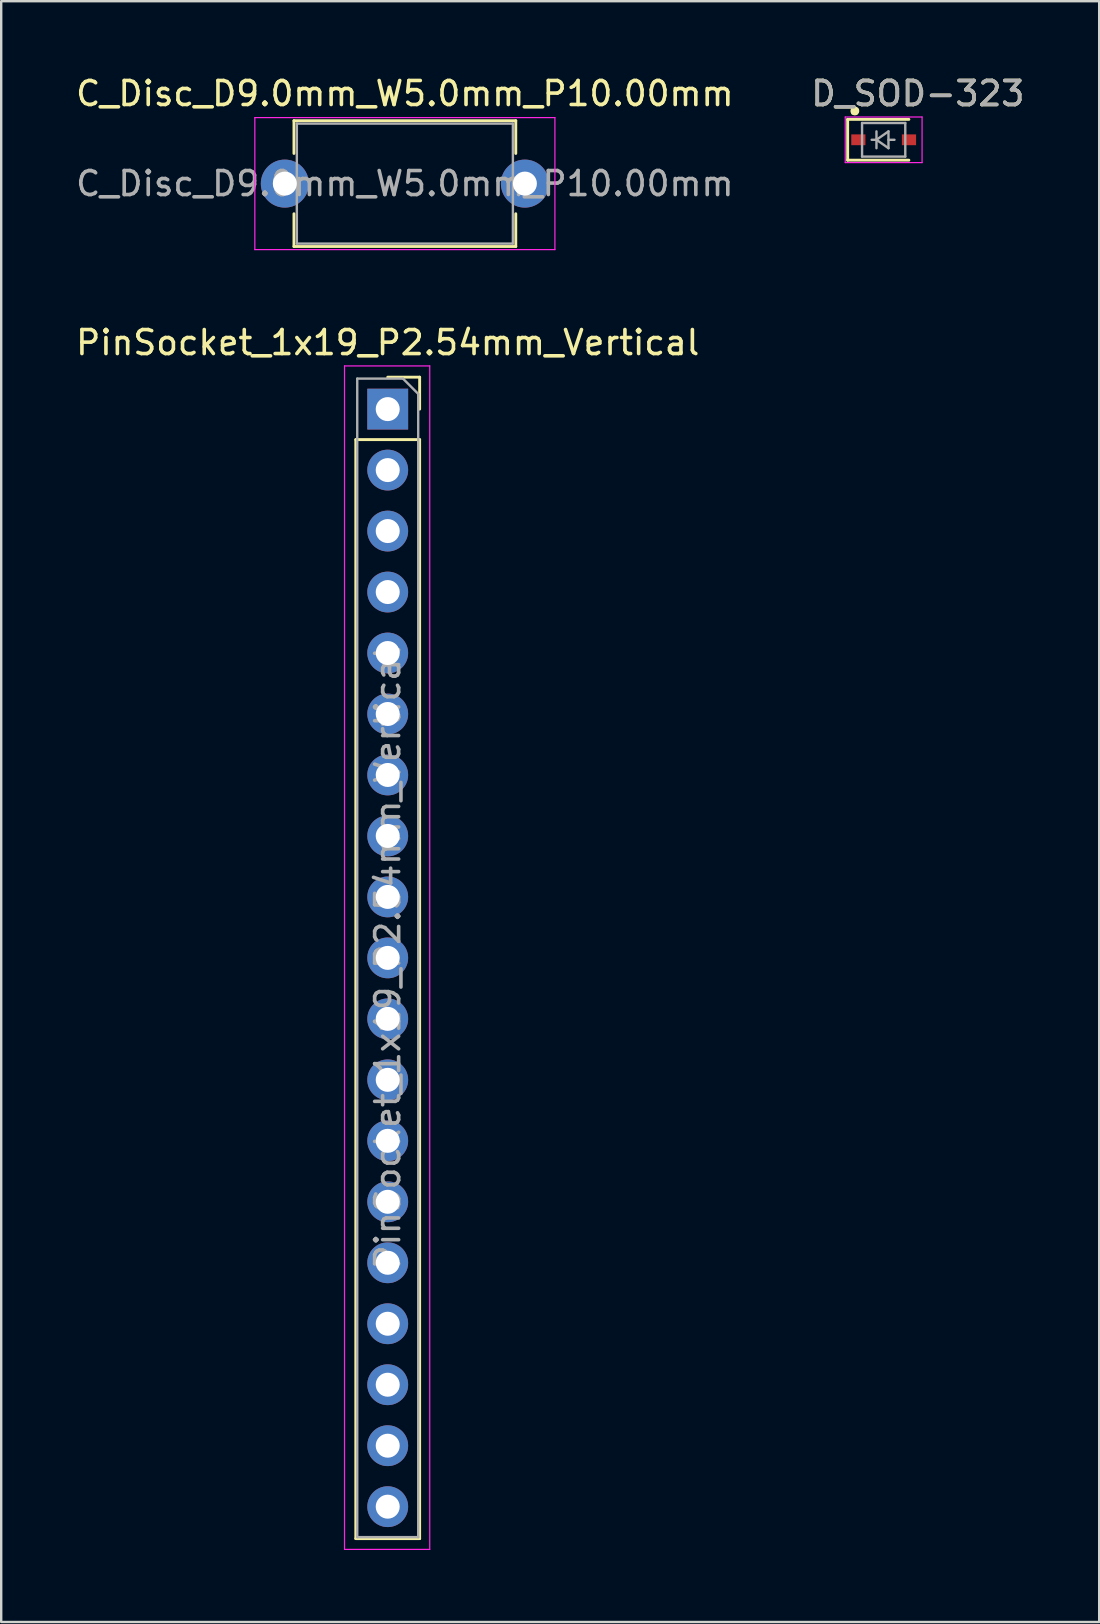
<source format=kicad_pcb>
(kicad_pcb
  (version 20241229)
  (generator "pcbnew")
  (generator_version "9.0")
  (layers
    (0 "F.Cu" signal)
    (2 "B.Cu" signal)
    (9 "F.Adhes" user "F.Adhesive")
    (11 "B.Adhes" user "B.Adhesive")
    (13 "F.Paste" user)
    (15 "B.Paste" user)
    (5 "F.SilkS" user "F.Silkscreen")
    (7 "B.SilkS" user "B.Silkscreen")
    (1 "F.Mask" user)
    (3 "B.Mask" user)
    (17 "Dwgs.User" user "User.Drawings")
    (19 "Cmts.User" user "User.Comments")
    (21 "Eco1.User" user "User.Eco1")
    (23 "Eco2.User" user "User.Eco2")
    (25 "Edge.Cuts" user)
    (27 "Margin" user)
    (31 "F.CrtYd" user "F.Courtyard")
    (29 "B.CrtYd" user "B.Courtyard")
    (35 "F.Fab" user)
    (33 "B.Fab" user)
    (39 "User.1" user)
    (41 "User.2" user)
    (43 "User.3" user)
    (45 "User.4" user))
  (footprint "D_SOD-323"
    (layer "F.Cu")
    (at 33.76 2.773)
    (property "Reference" "D_SOD-323" (at 1.425 -1.925 0) (layer "F.SilkS") (effects (font (size 1 1) (thickness 0.15))))
    (attr smd)
    (fp_line (start -1.5 -0.85) (end -1.5 0.85) (stroke (width 0.12) (type solid)) (layer "F.SilkS"))
    (fp_line (start -1.5 -0.85) (end 1.05 -0.85) (stroke (width 0.12) (type solid)) (layer "F.SilkS"))
    (fp_line (start -1.5 0.85) (end 1.05 0.85) (stroke (width 0.12) (type solid)) (layer "F.SilkS"))
    (fp_circle (center -1.2 -1.2) (end -1.125 -1.1) (stroke (width 0.12) (type solid)) (fill no) (layer "F.SilkS"))
    (fp_poly (pts (xy -1.3 -1.3) (xy -1.3 -1.1) (xy -1.125 -1.1) (xy -1.075 -1.25) (xy -1.175 -1.325)) (stroke (width 0.1) (type solid)) (fill yes) (layer "F.SilkS"))
    (fp_line (start -1.6 -0.95) (end -1.6 0.95) (stroke (width 0.05) (type solid)) (layer "F.CrtYd"))
    (fp_line (start -1.6 -0.95) (end 1.6 -0.95) (stroke (width 0.05) (type solid)) (layer "F.CrtYd"))
    (fp_line (start -1.6 0.95) (end 1.6 0.95) (stroke (width 0.05) (type solid)) (layer "F.CrtYd"))
    (fp_line (start 1.6 -0.95) (end 1.6 0.95) (stroke (width 0.05) (type solid)) (layer "F.CrtYd"))
    (fp_line (start -0.9 -0.7) (end 0.9 -0.7) (stroke (width 0.1) (type solid)) (layer "F.Fab"))
    (fp_line (start -0.9 0.7) (end -0.9 -0.7) (stroke (width 0.1) (type solid)) (layer "F.Fab"))
    (fp_line (start -0.3 -0.35) (end -0.3 0.35) (stroke (width 0.1) (type solid)) (layer "F.Fab"))
    (fp_line (start -0.3 0) (end -0.5 0) (stroke (width 0.1) (type solid)) (layer "F.Fab"))
    (fp_line (start -0.3 0) (end 0.2 -0.35) (stroke (width 0.1) (type solid)) (layer "F.Fab"))
    (fp_line (start 0.2 -0.35) (end 0.2 0.35) (stroke (width 0.1) (type solid)) (layer "F.Fab"))
    (fp_line (start 0.2 0) (end 0.45 0) (stroke (width 0.1) (type solid)) (layer "F.Fab"))
    (fp_line (start 0.2 0.35) (end -0.3 0) (stroke (width 0.1) (type solid)) (layer "F.Fab"))
    (fp_line (start 0.9 -0.7) (end 0.9 0.7) (stroke (width 0.1) (type solid)) (layer "F.Fab"))
    (fp_line (start 0.9 0.7) (end -0.9 0.7) (stroke (width 0.1) (type solid)) (layer "F.Fab"))
    (fp_text user "${REFERENCE}" (at 1.425 -1.925 0) (layer "F.Fab") (effects (font (size 1 1) (thickness 0.15))))
    (pad "1" smd rect (at -1.055 0) (size 0.59 0.45) (layers "F.Cu" "F.Mask" "F.Paste"))
    (pad "2" smd rect (at 1.055 0) (size 0.59 0.45) (layers "F.Cu" "F.Mask" "F.Paste")))
  (footprint "C_Disc_D9.0mm_W5.0mm_P10.00mm"
    (layer "F.Cu")
    (at 8.815 4.598)
    (property "Reference" "C_Disc_D9.0mm_W5.0mm_P10.00mm" (at 5 -3.75 0) (layer "F.SilkS") (effects (font (size 1 1) (thickness 0.15))))
    (attr through_hole)
    (fp_line (start 0.38 -2.62) (end 0.38 -1.256) (stroke (width 0.12) (type solid)) (layer "F.SilkS"))
    (fp_line (start 0.38 -2.62) (end 9.62 -2.62) (stroke (width 0.12) (type solid)) (layer "F.SilkS"))
    (fp_line (start 0.38 1.256) (end 0.38 2.62) (stroke (width 0.12) (type solid)) (layer "F.SilkS"))
    (fp_line (start 0.38 2.62) (end 9.62 2.62) (stroke (width 0.12) (type solid)) (layer "F.SilkS"))
    (fp_line (start 9.62 -2.62) (end 9.62 -1.256) (stroke (width 0.12) (type solid)) (layer "F.SilkS"))
    (fp_line (start 9.62 1.256) (end 9.62 2.62) (stroke (width 0.12) (type solid)) (layer "F.SilkS"))
    (fp_line (start -1.25 -2.75) (end -1.25 2.75) (stroke (width 0.05) (type solid)) (layer "F.CrtYd"))
    (fp_line (start -1.25 2.75) (end 11.25 2.75) (stroke (width 0.05) (type solid)) (layer "F.CrtYd"))
    (fp_line (start 11.25 -2.75) (end -1.25 -2.75) (stroke (width 0.05) (type solid)) (layer "F.CrtYd"))
    (fp_line (start 11.25 2.75) (end 11.25 -2.75) (stroke (width 0.05) (type solid)) (layer "F.CrtYd"))
    (fp_line (start 0.5 -2.5) (end 0.5 2.5) (stroke (width 0.1) (type solid)) (layer "F.Fab"))
    (fp_line (start 0.5 2.5) (end 9.5 2.5) (stroke (width 0.1) (type solid)) (layer "F.Fab"))
    (fp_line (start 9.5 -2.5) (end 0.5 -2.5) (stroke (width 0.1) (type solid)) (layer "F.Fab"))
    (fp_line (start 9.5 2.5) (end 9.5 -2.5) (stroke (width 0.1) (type solid)) (layer "F.Fab"))
    (fp_text user "${REFERENCE}" (at 5 0 0) (layer "F.Fab") (effects (font (size 1 1) (thickness 0.15))))
    (pad "1" thru_hole circle (at 0 0) (size 2 2) (drill 1) (layers "*.Cu" "*.Mask"))
    (pad "2" thru_hole circle (at 10 0) (size 2 2) (drill 1) (layers "*.Cu" "*.Mask")))
  (footprint "PinSocket_1x19_P2.54mm_Vertical"
    (layer "F.Cu")
    (at 13.101 13.992)
    (property "Reference" "PinSocket_1x19_P2.54mm_Vertical" (at 0 -2.77 0) (layer "F.SilkS") (effects (font (size 1 1) (thickness 0.15))))
    (attr through_hole)
    (fp_line (start -1.33 1.27) (end -1.33 47.05) (stroke (width 0.12) (type solid)) (layer "F.SilkS"))
    (fp_line (start -1.33 1.27) (end 1.33 1.27) (stroke (width 0.12) (type solid)) (layer "F.SilkS"))
    (fp_line (start -1.33 47.05) (end 1.33 47.05) (stroke (width 0.12) (type solid)) (layer "F.SilkS"))
    (fp_line (start 0 -1.33) (end 1.33 -1.33) (stroke (width 0.12) (type solid)) (layer "F.SilkS"))
    (fp_line (start 1.33 -1.33) (end 1.33 0) (stroke (width 0.12) (type solid)) (layer "F.SilkS"))
    (fp_line (start 1.33 1.27) (end 1.33 47.05) (stroke (width 0.12) (type solid)) (layer "F.SilkS"))
    (fp_line (start -1.8 -1.8) (end 1.75 -1.8) (stroke (width 0.05) (type solid)) (layer "F.CrtYd"))
    (fp_line (start -1.8 47.5) (end -1.8 -1.8) (stroke (width 0.05) (type solid)) (layer "F.CrtYd"))
    (fp_line (start 1.75 -1.8) (end 1.75 47.5) (stroke (width 0.05) (type solid)) (layer "F.CrtYd"))
    (fp_line (start 1.75 47.5) (end -1.8 47.5) (stroke (width 0.05) (type solid)) (layer "F.CrtYd"))
    (fp_line (start -1.27 -1.27) (end 0.635 -1.27) (stroke (width 0.1) (type solid)) (layer "F.Fab"))
    (fp_line (start -1.27 46.99) (end -1.27 -1.27) (stroke (width 0.1) (type solid)) (layer "F.Fab"))
    (fp_line (start 0.635 -1.27) (end 1.27 -0.635) (stroke (width 0.1) (type solid)) (layer "F.Fab"))
    (fp_line (start 1.27 -0.635) (end 1.27 46.99) (stroke (width 0.1) (type solid)) (layer "F.Fab"))
    (fp_line (start 1.27 46.99) (end -1.27 46.99) (stroke (width 0.1) (type solid)) (layer "F.Fab"))
    (fp_text user "${REFERENCE}" (at 0 22.86 90) (layer "F.Fab") (effects (font (size 1 1) (thickness 0.15))))
    (pad "1" thru_hole rect (at 0 0) (size 1.7 1.7) (drill 1) (layers "*.Cu" "*.Mask"))
    (pad "2" thru_hole oval (at 0 2.54) (size 1.7 1.7) (drill 1) (layers "*.Cu" "*.Mask"))
    (pad "3" thru_hole oval (at 0 5.08) (size 1.7 1.7) (drill 1) (layers "*.Cu" "*.Mask"))
    (pad "4" thru_hole oval (at 0 7.62) (size 1.7 1.7) (drill 1) (layers "*.Cu" "*.Mask"))
    (pad "5" thru_hole oval (at 0 10.16) (size 1.7 1.7) (drill 1) (layers "*.Cu" "*.Mask"))
    (pad "6" thru_hole oval (at 0 12.7) (size 1.7 1.7) (drill 1) (layers "*.Cu" "*.Mask"))
    (pad "7" thru_hole oval (at 0 15.24) (size 1.7 1.7) (drill 1) (layers "*.Cu" "*.Mask"))
    (pad "8" thru_hole oval (at 0 17.78) (size 1.7 1.7) (drill 1) (layers "*.Cu" "*.Mask"))
    (pad "9" thru_hole oval (at 0 20.32) (size 1.7 1.7) (drill 1) (layers "*.Cu" "*.Mask"))
    (pad "10" thru_hole oval (at 0 22.86) (size 1.7 1.7) (drill 1) (layers "*.Cu" "*.Mask"))
    (pad "11" thru_hole oval (at 0 25.4) (size 1.7 1.7) (drill 1) (layers "*.Cu" "*.Mask"))
    (pad "12" thru_hole oval (at 0 27.94) (size 1.7 1.7) (drill 1) (layers "*.Cu" "*.Mask"))
    (pad "13" thru_hole oval (at 0 30.48) (size 1.7 1.7) (drill 1) (layers "*.Cu" "*.Mask"))
    (pad "14" thru_hole oval (at 0 33.02) (size 1.7 1.7) (drill 1) (layers "*.Cu" "*.Mask"))
    (pad "15" thru_hole oval (at 0 35.56) (size 1.7 1.7) (drill 1) (layers "*.Cu" "*.Mask"))
    (pad "16" thru_hole oval (at 0 38.1) (size 1.7 1.7) (drill 1) (layers "*.Cu" "*.Mask"))
    (pad "17" thru_hole oval (at 0 40.64) (size 1.7 1.7) (drill 1) (layers "*.Cu" "*.Mask"))
    (pad "18" thru_hole oval (at 0 43.18) (size 1.7 1.7) (drill 1) (layers "*.Cu" "*.Mask"))
    (pad "19" thru_hole oval (at 0 45.72) (size 1.7 1.7) (drill 1) (layers "*.Cu" "*.Mask")))
  (gr_rect
    (start -3 -3)
    (end 42.738 64.516)
    (stroke (width 0.1) (type default))
    (fill no)
    (layer "Edge.Cuts")))
</source>
